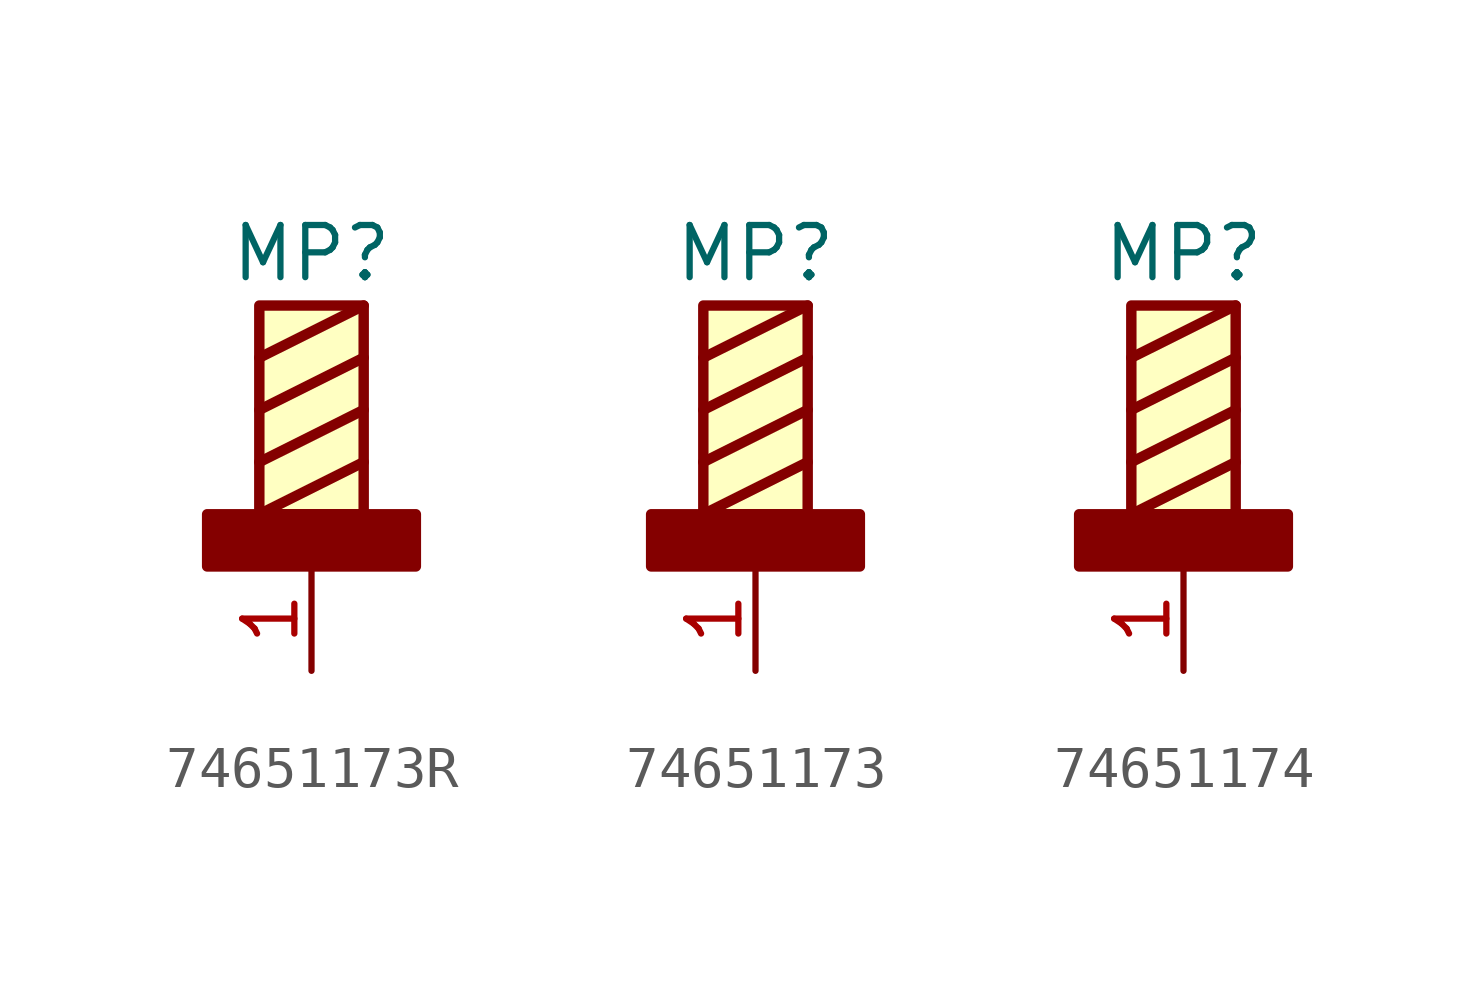
<source format=kicad_sym>
(kicad_symbol_lib
  (version 20220914)
  (generator kicad_symbol_editor)
  (symbol "74651173R"
    (pin_names hide)
    (property "Reference" "MP"
      (at 0 5.08 0)
      (effects (font (size 1.27 1.27))))
    (symbol "74651173R_0_0"
      (rectangle (start -1.27 3.81) (end 1.27 -1.27) (stroke (width 0.254) (type default)) (fill (type background)))
      (polyline (pts (xy -1.27 2.54) (xy 1.27 3.81)) (stroke (width 0.254) (type default)) (fill (type none)))
      (polyline (pts (xy 1.27 0) (xy -1.27 -1.27)) (stroke (width 0.254) (type default)) (fill (type none)))
      (polyline (pts (xy 1.27 1.27) (xy -1.27 0)) (stroke (width 0.254) (type default)) (fill (type none)))
      (polyline (pts (xy 1.27 2.54) (xy -1.27 1.27)) (stroke (width 0.254) (type default)) (fill (type none))))
    (symbol "74651173R_1_0"
      (rectangle (start -2.54 -1.27) (end 2.54 -2.54) (stroke (width 0.254) (type default)) (fill (type outline)))
      (pin passive line (at 0 -5.08 90) (length 2.54) (name "1" (effects (font (size 1.27 1.27)))) (number "1" (effects (font (size 1.27 1.27)))))))
  (symbol "74651173"
    (pin_names hide)
    (property "Reference" "MP"
      (at 0 5.08 0)
      (effects (font (size 1.27 1.27))))
    (symbol "74651173_0_0"
      (rectangle (start -1.27 3.81) (end 1.27 -1.27) (stroke (width 0.254) (type default)) (fill (type background)))
      (polyline (pts (xy -1.27 2.54) (xy 1.27 3.81)) (stroke (width 0.254) (type default)) (fill (type none)))
      (polyline (pts (xy 1.27 0) (xy -1.27 -1.27)) (stroke (width 0.254) (type default)) (fill (type none)))
      (polyline (pts (xy 1.27 1.27) (xy -1.27 0)) (stroke (width 0.254) (type default)) (fill (type none)))
      (polyline (pts (xy 1.27 2.54) (xy -1.27 1.27)) (stroke (width 0.254) (type default)) (fill (type none))))
    (symbol "74651173_1_0"
      (rectangle (start -2.54 -1.27) (end 2.54 -2.54) (stroke (width 0.254) (type default)) (fill (type outline)))
      (pin passive line (at 0 -5.08 90) (length 2.54) (name "1" (effects (font (size 1.27 1.27)))) (number "1" (effects (font (size 1.27 1.27)))))))
  (symbol "74651174"
    (pin_names hide)
    (property "Reference" "MP"
      (at 0 5.08 0)
      (effects (font (size 1.27 1.27))))
    (symbol "74651174_0_0"
      (rectangle (start -1.27 3.81) (end 1.27 -1.27) (stroke (width 0.254) (type default)) (fill (type background)))
      (polyline (pts (xy -1.27 2.54) (xy 1.27 3.81)) (stroke (width 0.254) (type default)) (fill (type none)))
      (polyline (pts (xy 1.27 0) (xy -1.27 -1.27)) (stroke (width 0.254) (type default)) (fill (type none)))
      (polyline (pts (xy 1.27 1.27) (xy -1.27 0)) (stroke (width 0.254) (type default)) (fill (type none)))
      (polyline (pts (xy 1.27 2.54) (xy -1.27 1.27)) (stroke (width 0.254) (type default)) (fill (type none))))
    (symbol "74651174_1_0"
      (rectangle (start -2.54 -1.27) (end 2.54 -2.54) (stroke (width 0.254) (type default)) (fill (type outline)))
      (pin passive line (at 0 -5.08 90) (length 2.54) (name "1" (effects (font (size 1.27 1.27)))) (number "1" (effects (font (size 1.27 1.27))))))))
</source>
